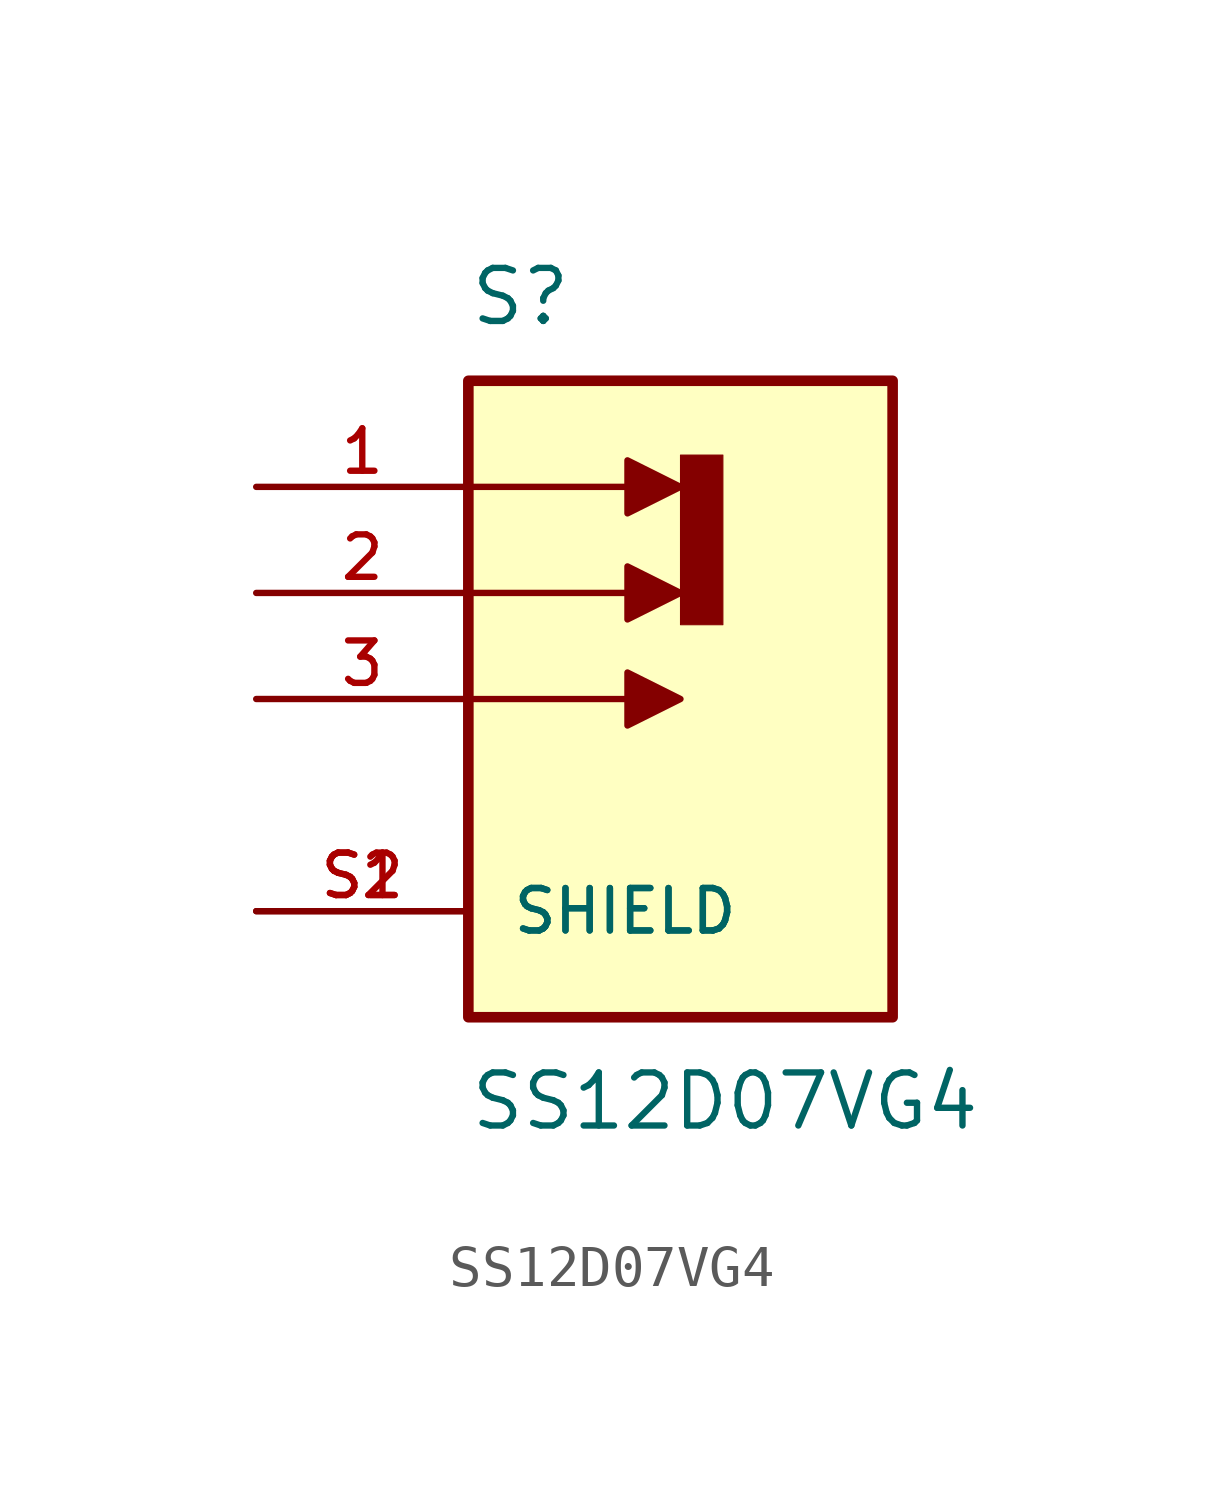
<source format=kicad_sym>
(kicad_symbol_lib
  (version 20241209)
  (generator "kicad_symbol_editor")
  (generator_version "9.0")
  (symbol "SS12D07VG4"
    (pin_names
      (offset 1.016))
    (property "Reference" "S"
      (at -5.08 8.89 0)
      (effects (font (size 1.27 1.27)) (justify left bottom)))
    (property "Value" "SS12D07VG4"
      (at -5.08 -8.89 0)
      (effects (font (size 1.27 1.27)) (justify left top)))
    (symbol "SS12D07VG4_0_0"
      (polyline (pts (xy -5.08 5.08) (xy -1.27 5.08)) (stroke (width 0.152) (type default)) (fill (type none)))
      (polyline (pts (xy -5.08 2.54) (xy -1.27 2.54)) (stroke (width 0.152) (type default)) (fill (type none)))
      (polyline (pts (xy -5.08 0) (xy -1.27 0)) (stroke (width 0.152) (type default)) (fill (type none)))
      (rectangle (start -5.08 -7.62) (end 5.08 7.62) (stroke (width 0.254) (type default)) (fill (type background)))
      (polyline (pts (xy -1.27 5.715) (xy -1.27 4.445) (xy 0 5.08) (xy -1.27 5.715)) (stroke (width 0.152) (type default)) (fill (type outline)))
      (polyline (pts (xy -1.27 3.175) (xy -1.27 1.905) (xy 0 2.54) (xy -1.27 3.175)) (stroke (width 0.152) (type default)) (fill (type outline)))
      (polyline (pts (xy -1.27 0.635) (xy -1.27 -0.635) (xy 0 0) (xy -1.27 0.635)) (stroke (width 0.152) (type default)) (fill (type outline)))
      (polyline (pts (xy 0 5.842) (xy 0 1.778) (xy 1.016 1.778) (xy 1.016 5.842) (xy 0 5.842)) (stroke (width 0.025) (type default)) (fill (type outline)))
      (pin passive line (at -10.16 5.08 0) (length 5.08) (name "~" (effects (font (size 1.016 1.016)))) (number "1" (effects (font (size 1.016 1.016)))))
      (pin passive line (at -10.16 2.54 0) (length 5.08) (name "~" (effects (font (size 1.016 1.016)))) (number "2" (effects (font (size 1.016 1.016)))))
      (pin passive line (at -10.16 0 0) (length 5.08) (name "~" (effects (font (size 1.016 1.016)))) (number "3" (effects (font (size 1.016 1.016)))))
      (pin passive line (at -10.16 -5.08 0) (length 5.08) (name "SHIELD" (effects (font (size 1.016 1.016)))) (number "S1" (effects (font (size 1.016 1.016)))))
      (pin passive line (at -10.16 -5.08 0) (length 5.08) (name "SHIELD" (effects (font (size 1.016 1.016)))) (number "S2" (effects (font (size 1.016 1.016))))))))
</source>
